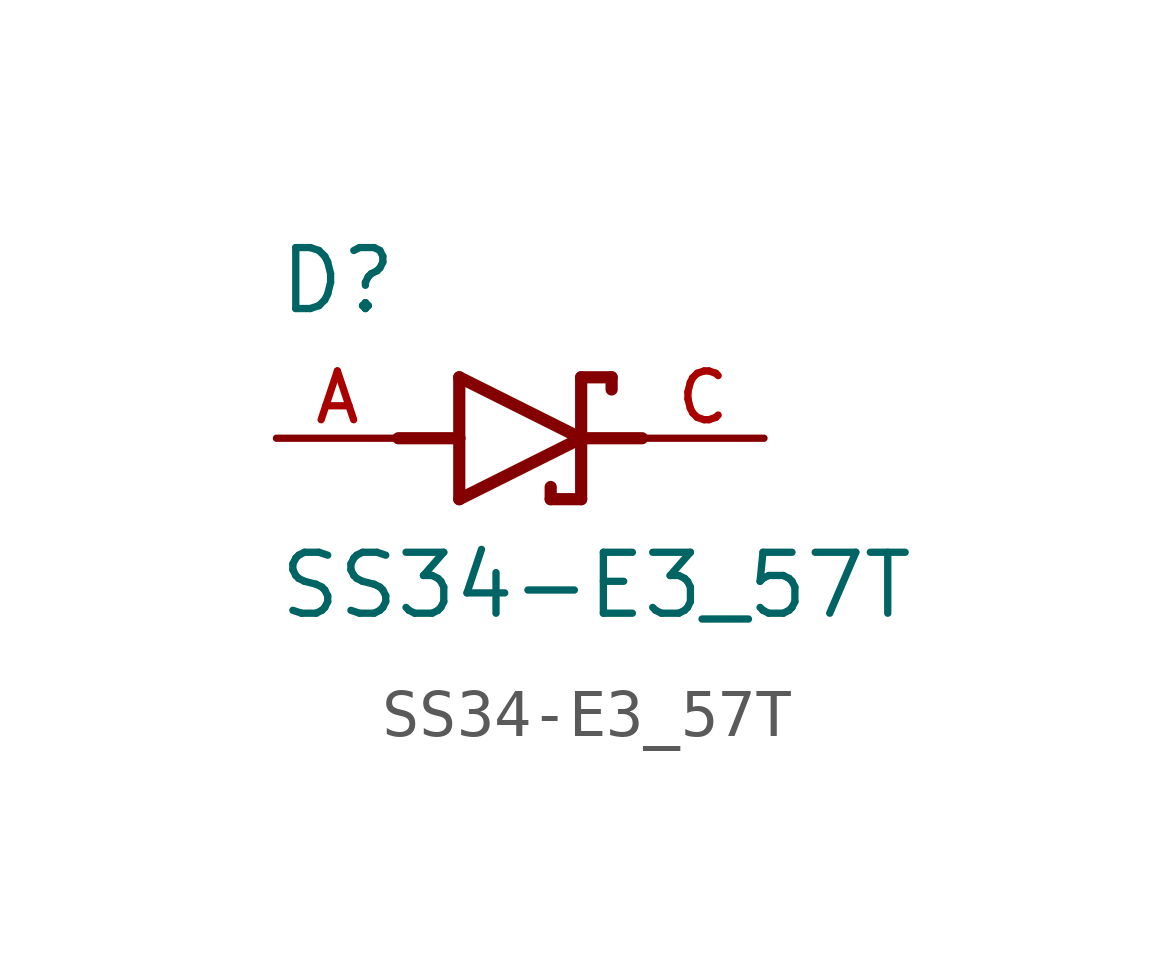
<source format=kicad_sym>
(kicad_symbol_lib
  (version 20211014)
  (generator kicad_symbol_editor)
  (symbol "SS34-E3_57T"
    (pin_names
      (offset 1.016))
    (property "Reference" "D"
      (at -5.08 2.54 0)
      (effects (font (size 1.27 1.27)) (justify bottom left)))
    (property "Value" "SS34-E3_57T"
      (at -5.08 -3.81 0)
      (effects (font (size 1.27 1.27)) (justify bottom left)))
    (symbol "SS34-E3_57T_0_0"
      (polyline (pts (xy -1.27 -1.27) (xy 1.27 0.0)) (stroke (width 0.254)))
      (polyline (pts (xy 1.27 0.0) (xy -1.27 1.27)) (stroke (width 0.254)))
      (polyline (pts (xy 1.905 1.27) (xy 1.27 1.27)) (stroke (width 0.254)))
      (polyline (pts (xy 1.27 1.27) (xy 1.27 0.0)) (stroke (width 0.254)))
      (polyline (pts (xy -1.27 1.27) (xy -1.27 0.0)) (stroke (width 0.254)))
      (polyline (pts (xy -1.27 0.0) (xy -1.27 -1.27)) (stroke (width 0.254)))
      (polyline (pts (xy 1.27 0.0) (xy 1.27 -1.27)) (stroke (width 0.254)))
      (polyline (pts (xy 1.905 1.27) (xy 1.905 1.016)) (stroke (width 0.254)))
      (polyline (pts (xy 1.27 -1.27) (xy 0.635 -1.27)) (stroke (width 0.254)))
      (polyline (pts (xy 0.635 -1.016) (xy 0.635 -1.27)) (stroke (width 0.254)))
      (polyline (pts (xy -2.54 0.0) (xy -1.27 0.0)) (stroke (width 0.254)))
      (polyline (pts (xy 2.54 0.0) (xy 1.27 0.0)) (stroke (width 0.254)))
      (pin passive line (at 5.08 0.0 180.0) (length 2.54) (name "~" (effects (font (size 1.016 1.016)))) (number "C" (effects (font (size 1.016 1.016)))))
      (pin passive line (at -5.08 0.0 0) (length 2.54) (name "~" (effects (font (size 1.016 1.016)))) (number "A" (effects (font (size 1.016 1.016))))))))
</source>
